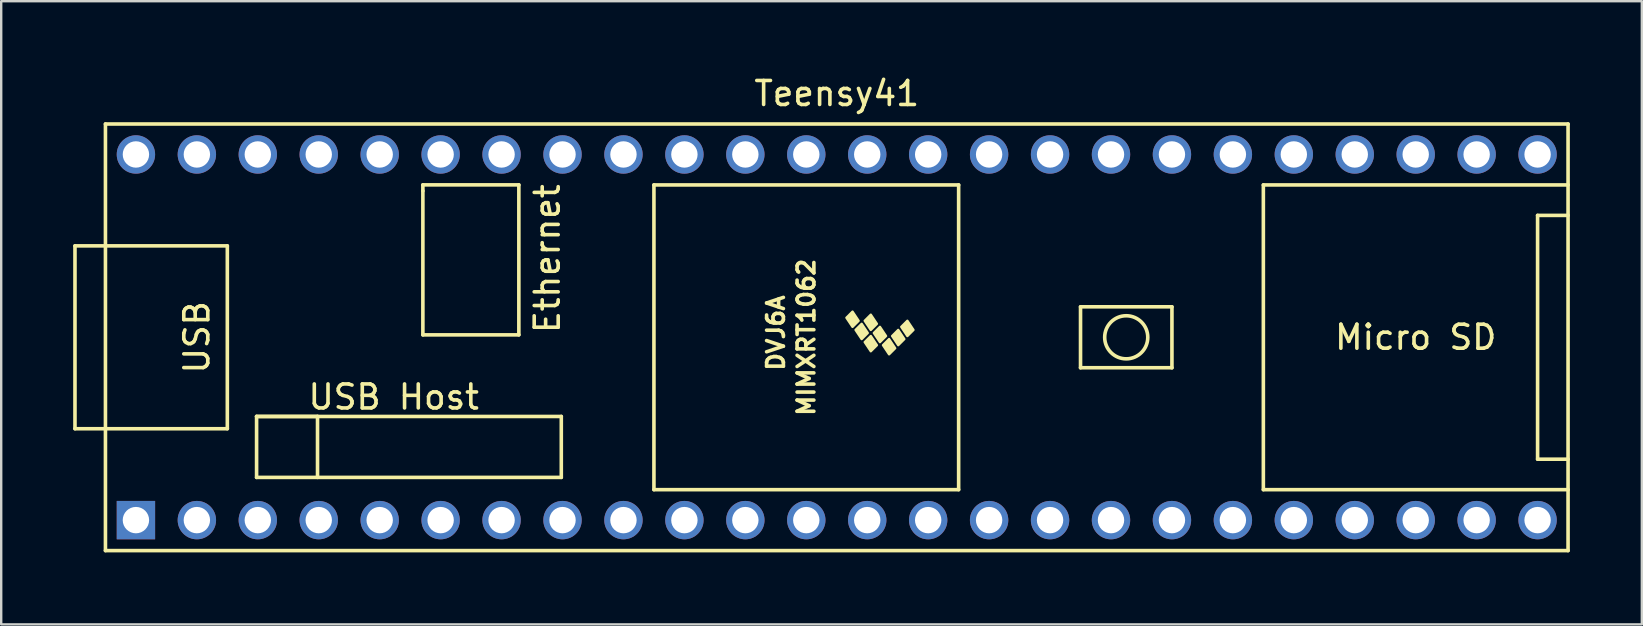
<source format=kicad_pcb>
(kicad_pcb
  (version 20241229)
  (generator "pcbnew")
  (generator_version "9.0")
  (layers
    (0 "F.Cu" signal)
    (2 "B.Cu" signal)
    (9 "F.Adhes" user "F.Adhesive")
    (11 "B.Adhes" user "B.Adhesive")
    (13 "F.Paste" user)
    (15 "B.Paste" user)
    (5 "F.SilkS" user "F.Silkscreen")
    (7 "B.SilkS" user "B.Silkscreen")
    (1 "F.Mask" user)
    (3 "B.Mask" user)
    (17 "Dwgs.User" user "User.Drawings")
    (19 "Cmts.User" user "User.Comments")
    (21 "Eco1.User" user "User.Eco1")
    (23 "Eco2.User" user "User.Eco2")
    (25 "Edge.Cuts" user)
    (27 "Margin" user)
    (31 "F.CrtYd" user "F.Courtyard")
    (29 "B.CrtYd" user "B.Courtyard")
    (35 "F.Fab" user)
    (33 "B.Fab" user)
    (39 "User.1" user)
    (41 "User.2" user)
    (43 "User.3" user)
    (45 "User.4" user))
  (footprint "Teensy41"
    (layer "F.Cu")
    (at 31.825 11.008)
    (property "Reference" "Teensy41" (at 0 -10.16 0) (layer "F.SilkS") (effects (font (size 1 1) (thickness 0.15))))
    (attr through_hole)
    (fp_line (start -31.75 -3.81) (end -30.48 -3.81) (stroke (width 0.15) (type solid)) (layer "F.SilkS"))
    (fp_line (start -31.75 3.81) (end -31.75 -3.81) (stroke (width 0.15) (type solid)) (layer "F.SilkS"))
    (fp_line (start -30.48 -8.89) (end 30.48 -8.89) (stroke (width 0.15) (type solid)) (layer "F.SilkS"))
    (fp_line (start -30.48 3.81) (end -31.75 3.81) (stroke (width 0.15) (type solid)) (layer "F.SilkS"))
    (fp_line (start -30.48 8.89) (end -30.48 -8.89) (stroke (width 0.15) (type solid)) (layer "F.SilkS"))
    (fp_line (start -25.4 -3.81) (end -30.48 -3.81) (stroke (width 0.15) (type solid)) (layer "F.SilkS"))
    (fp_line (start -25.4 3.81) (end -30.48 3.81) (stroke (width 0.15) (type solid)) (layer "F.SilkS"))
    (fp_line (start -25.4 3.81) (end -25.4 -3.81) (stroke (width 0.15) (type solid)) (layer "F.SilkS"))
    (fp_line (start -24.181 3.299) (end -21.641 3.299) (stroke (width 0.15) (type solid)) (layer "F.SilkS"))
    (fp_line (start -24.181 3.299) (end -11.481 3.299) (stroke (width 0.15) (type solid)) (layer "F.SilkS"))
    (fp_line (start -24.181 5.839) (end -24.181 3.299) (stroke (width 0.15) (type solid)) (layer "F.SilkS"))
    (fp_line (start -21.641 3.299) (end -21.641 5.839) (stroke (width 0.15) (type solid)) (layer "F.SilkS"))
    (fp_line (start -17.25 -6.352) (end -17.25 -6.102) (stroke (width 0.15) (type solid)) (layer "F.SilkS"))
    (fp_line (start -17.25 -6.102) (end -17.25 -0.102) (stroke (width 0.15) (type solid)) (layer "F.SilkS"))
    (fp_line (start -17.25 -0.102) (end -13.25 -0.102) (stroke (width 0.15) (type solid)) (layer "F.SilkS"))
    (fp_line (start -13.25 -6.352) (end -17.25 -6.352) (stroke (width 0.15) (type solid)) (layer "F.SilkS"))
    (fp_line (start -13.25 -0.102) (end -13.25 -6.352) (stroke (width 0.15) (type solid)) (layer "F.SilkS"))
    (fp_line (start -11.481 3.299) (end -11.481 5.839) (stroke (width 0.15) (type solid)) (layer "F.SilkS"))
    (fp_line (start -11.481 5.839) (end -24.181 5.839) (stroke (width 0.15) (type solid)) (layer "F.SilkS"))
    (fp_line (start -7.62 -6.35) (end -7.62 6.35) (stroke (width 0.15) (type solid)) (layer "F.SilkS"))
    (fp_line (start -7.62 6.35) (end 5.08 6.35) (stroke (width 0.15) (type solid)) (layer "F.SilkS"))
    (fp_line (start 5.08 -6.35) (end -7.62 -6.35) (stroke (width 0.15) (type solid)) (layer "F.SilkS"))
    (fp_line (start 5.08 6.35) (end 5.08 -6.35) (stroke (width 0.15) (type solid)) (layer "F.SilkS"))
    (fp_line (start 10.16 -1.27) (end 13.97 -1.27) (stroke (width 0.15) (type solid)) (layer "F.SilkS"))
    (fp_line (start 10.16 1.27) (end 10.16 -1.27) (stroke (width 0.15) (type solid)) (layer "F.SilkS"))
    (fp_line (start 13.97 -1.27) (end 13.97 1.27) (stroke (width 0.15) (type solid)) (layer "F.SilkS"))
    (fp_line (start 13.97 1.27) (end 10.16 1.27) (stroke (width 0.15) (type solid)) (layer "F.SilkS"))
    (fp_line (start 17.78 -6.35) (end 17.78 6.35) (stroke (width 0.15) (type solid)) (layer "F.SilkS"))
    (fp_line (start 17.78 6.35) (end 30.48 6.35) (stroke (width 0.15) (type solid)) (layer "F.SilkS"))
    (fp_line (start 29.21 -5.08) (end 29.21 5.08) (stroke (width 0.15) (type solid)) (layer "F.SilkS"))
    (fp_line (start 29.21 5.08) (end 30.48 5.08) (stroke (width 0.15) (type solid)) (layer "F.SilkS"))
    (fp_line (start 30.48 -8.89) (end 30.48 8.89) (stroke (width 0.15) (type solid)) (layer "F.SilkS"))
    (fp_line (start 30.48 -6.35) (end 17.78 -6.35) (stroke (width 0.15) (type solid)) (layer "F.SilkS"))
    (fp_line (start 30.48 -5.08) (end 29.21 -5.08) (stroke (width 0.15) (type solid)) (layer "F.SilkS"))
    (fp_line (start 30.48 8.89) (end -30.48 8.89) (stroke (width 0.15) (type solid)) (layer "F.SilkS"))
    (fp_circle (center 12.065 0) (end 12.7 -0.635) (stroke (width 0.15) (type solid)) (fill no) (layer "F.SilkS"))
    (fp_poly (pts (xy 0.911 -0.688) (xy 0.657 -0.434) (xy 0.403 -0.815) (xy 0.657 -1.069)) (stroke (width 0.1) (type solid)) (fill yes) (layer "F.SilkS"))
    (fp_poly (pts (xy 1.292 -0.18) (xy 1.038 0.074) (xy 0.784 -0.307) (xy 1.038 -0.561)) (stroke (width 0.1) (type solid)) (fill yes) (layer "F.SilkS"))
    (fp_poly (pts (xy 1.673 -0.561) (xy 1.419 -0.307) (xy 1.165 -0.688) (xy 1.419 -0.942)) (stroke (width 0.1) (type solid)) (fill yes) (layer "F.SilkS"))
    (fp_poly (pts (xy 1.673 0.328) (xy 1.419 0.582) (xy 1.165 0.201) (xy 1.419 -0.053)) (stroke (width 0.1) (type solid)) (fill yes) (layer "F.SilkS"))
    (fp_poly (pts (xy 2.054 -0.053) (xy 1.8 0.201) (xy 1.546 -0.18) (xy 1.8 -0.434)) (stroke (width 0.1) (type solid)) (fill yes) (layer "F.SilkS"))
    (fp_poly (pts (xy 2.435 0.455) (xy 2.181 0.709) (xy 1.927 0.328) (xy 2.181 0.074)) (stroke (width 0.1) (type solid)) (fill yes) (layer "F.SilkS"))
    (fp_poly (pts (xy 2.816 0.074) (xy 2.562 0.328) (xy 2.308 -0.053) (xy 2.562 -0.307)) (stroke (width 0.1) (type solid)) (fill yes) (layer "F.SilkS"))
    (fp_poly (pts (xy 3.197 -0.307) (xy 2.943 -0.053) (xy 2.689 -0.434) (xy 2.943 -0.688)) (stroke (width 0.1) (type solid)) (fill yes) (layer "F.SilkS"))
    (fp_text user "USB" (at -26.67 0 270) (layer "F.SilkS") (effects (font (size 1 1) (thickness 0.15))))
    (fp_text user "DVJ6A" (at -2.54 -0.18 270) (layer "F.SilkS") (effects (font (size 0.7 0.7) (thickness 0.15))))
    (fp_text user "Ethernet" (at -12.065 -3.277 90) (layer "F.SilkS") (effects (font (size 1 1) (thickness 0.15))))
    (fp_text user "Micro SD" (at 24.13 0 0) (layer "F.SilkS") (effects (font (size 1 1) (thickness 0.15))))
    (fp_text user "MIMXRT1062" (at -1.27 0 270) (layer "F.SilkS") (effects (font (size 0.7 0.7) (thickness 0.15))))
    (fp_text user "USB Host" (at -18.466 2.489 0) (layer "F.SilkS") (effects (font (size 1 1) (thickness 0.15))))
    (pad "1" thru_hole rect (at -29.21 7.62) (size 1.6 1.6) (drill 1.1) (layers "*.Cu" "*.Mask"))
    (pad "2" thru_hole circle (at -26.67 7.62) (size 1.6 1.6) (drill 1.1) (layers "*.Cu" "*.Mask"))
    (pad "3" thru_hole circle (at -24.13 7.62) (size 1.6 1.6) (drill 1.1) (layers "*.Cu" "*.Mask"))
    (pad "4" thru_hole circle (at -21.59 7.62) (size 1.6 1.6) (drill 1.1) (layers "*.Cu" "*.Mask"))
    (pad "5" thru_hole circle (at -19.05 7.62) (size 1.6 1.6) (drill 1.1) (layers "*.Cu" "*.Mask"))
    (pad "6" thru_hole circle (at -16.51 7.62) (size 1.6 1.6) (drill 1.1) (layers "*.Cu" "*.Mask"))
    (pad "7" thru_hole circle (at -13.97 7.62) (size 1.6 1.6) (drill 1.1) (layers "*.Cu" "*.Mask"))
    (pad "8" thru_hole circle (at -11.43 7.62) (size 1.6 1.6) (drill 1.1) (layers "*.Cu" "*.Mask"))
    (pad "9" thru_hole circle (at -8.89 7.62) (size 1.6 1.6) (drill 1.1) (layers "*.Cu" "*.Mask"))
    (pad "10" thru_hole circle (at -6.35 7.62) (size 1.6 1.6) (drill 1.1) (layers "*.Cu" "*.Mask"))
    (pad "11" thru_hole circle (at -3.81 7.62) (size 1.6 1.6) (drill 1.1) (layers "*.Cu" "*.Mask"))
    (pad "12" thru_hole circle (at -1.27 7.62) (size 1.6 1.6) (drill 1.1) (layers "*.Cu" "*.Mask"))
    (pad "13" thru_hole circle (at 1.27 7.62) (size 1.6 1.6) (drill 1.1) (layers "*.Cu" "*.Mask"))
    (pad "14" thru_hole circle (at 3.81 7.62) (size 1.6 1.6) (drill 1.1) (layers "*.Cu" "*.Mask"))
    (pad "15" thru_hole circle (at 6.35 7.62) (size 1.6 1.6) (drill 1.1) (layers "*.Cu" "*.Mask"))
    (pad "16" thru_hole circle (at 8.89 7.62) (size 1.6 1.6) (drill 1.1) (layers "*.Cu" "*.Mask"))
    (pad "17" thru_hole circle (at 11.43 7.62) (size 1.6 1.6) (drill 1.1) (layers "*.Cu" "*.Mask"))
    (pad "18" thru_hole circle (at 13.97 7.62) (size 1.6 1.6) (drill 1.1) (layers "*.Cu" "*.Mask"))
    (pad "19" thru_hole circle (at 16.51 7.62) (size 1.6 1.6) (drill 1.1) (layers "*.Cu" "*.Mask"))
    (pad "20" thru_hole circle (at 19.05 7.62) (size 1.6 1.6) (drill 1.1) (layers "*.Cu" "*.Mask"))
    (pad "21" thru_hole circle (at 21.59 7.62) (size 1.6 1.6) (drill 1.1) (layers "*.Cu" "*.Mask"))
    (pad "22" thru_hole circle (at 24.13 7.62) (size 1.6 1.6) (drill 1.1) (layers "*.Cu" "*.Mask"))
    (pad "23" thru_hole circle (at 26.67 7.62) (size 1.6 1.6) (drill 1.1) (layers "*.Cu" "*.Mask"))
    (pad "24" thru_hole circle (at 29.21 7.62) (size 1.6 1.6) (drill 1.1) (layers "*.Cu" "*.Mask"))
    (pad "25" thru_hole circle (at 29.21 -7.62) (size 1.6 1.6) (drill 1.1) (layers "*.Cu" "*.Mask"))
    (pad "26" thru_hole circle (at 26.67 -7.62) (size 1.6 1.6) (drill 1.1) (layers "*.Cu" "*.Mask"))
    (pad "27" thru_hole circle (at 24.13 -7.62) (size 1.6 1.6) (drill 1.1) (layers "*.Cu" "*.Mask"))
    (pad "28" thru_hole circle (at 21.59 -7.62) (size 1.6 1.6) (drill 1.1) (layers "*.Cu" "*.Mask"))
    (pad "29" thru_hole circle (at 19.05 -7.62) (size 1.6 1.6) (drill 1.1) (layers "*.Cu" "*.Mask"))
    (pad "30" thru_hole circle (at 16.51 -7.62) (size 1.6 1.6) (drill 1.1) (layers "*.Cu" "*.Mask"))
    (pad "31" thru_hole circle (at 13.97 -7.62) (size 1.6 1.6) (drill 1.1) (layers "*.Cu" "*.Mask"))
    (pad "32" thru_hole circle (at 11.43 -7.62) (size 1.6 1.6) (drill 1.1) (layers "*.Cu" "*.Mask"))
    (pad "33" thru_hole circle (at 8.89 -7.62) (size 1.6 1.6) (drill 1.1) (layers "*.Cu" "*.Mask"))
    (pad "34" thru_hole circle (at 6.35 -7.62) (size 1.6 1.6) (drill 1.1) (layers "*.Cu" "*.Mask"))
    (pad "35" thru_hole circle (at 3.81 -7.62) (size 1.6 1.6) (drill 1.1) (layers "*.Cu" "*.Mask"))
    (pad "36" thru_hole circle (at 1.27 -7.62) (size 1.6 1.6) (drill 1.1) (layers "*.Cu" "*.Mask"))
    (pad "37" thru_hole circle (at -1.27 -7.62) (size 1.6 1.6) (drill 1.1) (layers "*.Cu" "*.Mask"))
    (pad "38" thru_hole circle (at -3.81 -7.62) (size 1.6 1.6) (drill 1.1) (layers "*.Cu" "*.Mask"))
    (pad "39" thru_hole circle (at -6.35 -7.62) (size 1.6 1.6) (drill 1.1) (layers "*.Cu" "*.Mask"))
    (pad "40" thru_hole circle (at -8.89 -7.62) (size 1.6 1.6) (drill 1.1) (layers "*.Cu" "*.Mask"))
    (pad "41" thru_hole circle (at -11.43 -7.62) (size 1.6 1.6) (drill 1.1) (layers "*.Cu" "*.Mask"))
    (pad "42" thru_hole circle (at -13.97 -7.62) (size 1.6 1.6) (drill 1.1) (layers "*.Cu" "*.Mask"))
    (pad "43" thru_hole circle (at -16.51 -7.62) (size 1.6 1.6) (drill 1.1) (layers "*.Cu" "*.Mask"))
    (pad "44" thru_hole circle (at -19.05 -7.62) (size 1.6 1.6) (drill 1.1) (layers "*.Cu" "*.Mask"))
    (pad "45" thru_hole circle (at -21.59 -7.62) (size 1.6 1.6) (drill 1.1) (layers "*.Cu" "*.Mask"))
    (pad "46" thru_hole circle (at -24.13 -7.62) (size 1.6 1.6) (drill 1.1) (layers "*.Cu" "*.Mask"))
    (pad "47" thru_hole circle (at -26.67 -7.62) (size 1.6 1.6) (drill 1.1) (layers "*.Cu" "*.Mask"))
    (pad "48" thru_hole circle (at -29.21 -7.62) (size 1.6 1.6) (drill 1.1) (layers "*.Cu" "*.Mask")))
  (gr_rect
    (start -3 -3)
    (end 65.38 22.973)
    (stroke (width 0.1) (type default))
    (fill no)
    (layer "Edge.Cuts")))
</source>
